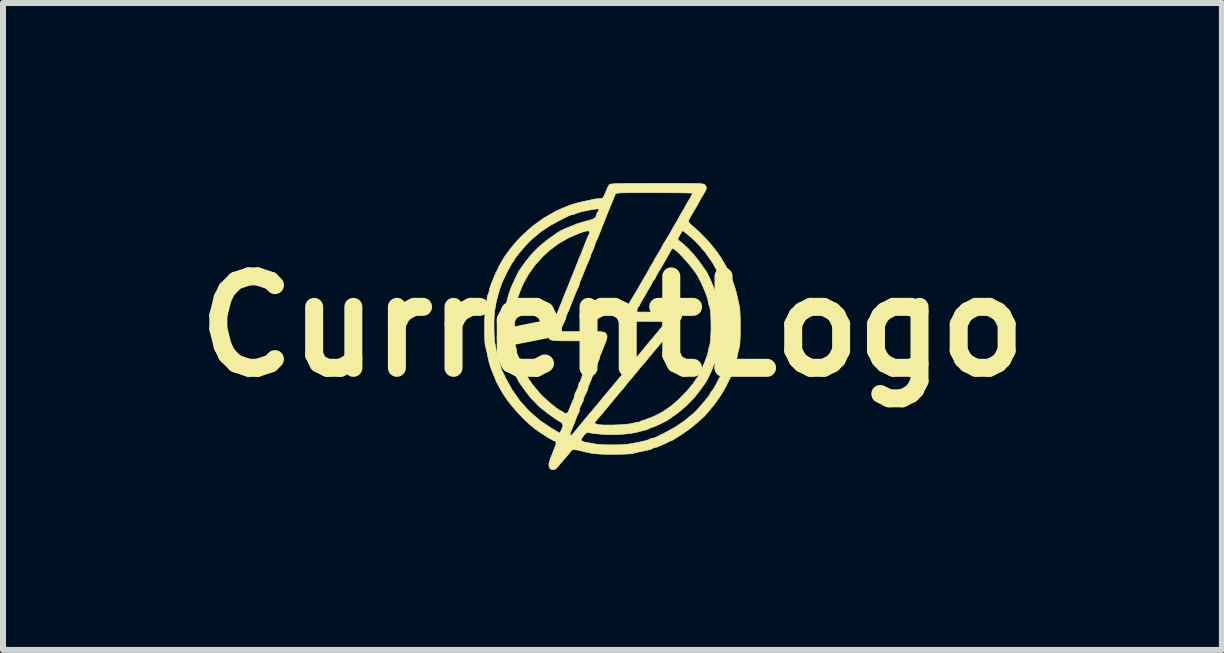
<source format=kicad_pcb>
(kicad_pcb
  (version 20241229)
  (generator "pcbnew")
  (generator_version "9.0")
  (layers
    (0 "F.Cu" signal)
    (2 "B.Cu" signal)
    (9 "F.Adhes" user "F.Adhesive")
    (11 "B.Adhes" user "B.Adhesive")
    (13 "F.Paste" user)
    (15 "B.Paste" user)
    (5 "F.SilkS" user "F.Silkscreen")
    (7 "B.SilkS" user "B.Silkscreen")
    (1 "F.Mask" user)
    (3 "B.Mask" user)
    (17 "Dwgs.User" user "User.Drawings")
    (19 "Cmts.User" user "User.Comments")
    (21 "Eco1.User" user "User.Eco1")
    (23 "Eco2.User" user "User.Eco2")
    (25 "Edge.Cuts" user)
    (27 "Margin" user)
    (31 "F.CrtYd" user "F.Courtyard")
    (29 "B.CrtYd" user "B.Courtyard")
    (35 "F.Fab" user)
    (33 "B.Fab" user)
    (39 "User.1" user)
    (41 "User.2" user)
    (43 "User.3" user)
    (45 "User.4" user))
  (footprint "CurrentLogo"
    (layer "F.Cu")
    (at 7.156 2.39)
    (property "Reference" "CurrentLogo" (at 0 0 0) (layer "F.SilkS") (effects (font (size 1.524 1.524) (thickness 0.3))))
    (attr through_hole)
    (fp_poly (pts (xy 0.911 -2.385) (xy 1.053 -2.385) (xy 1.17 -2.384) (xy 1.267 -2.384) (xy 1.344 -2.383) (xy 1.404 -2.381) (xy 1.45 -2.38) (xy 1.483 -2.377) (xy 1.507 -2.374) (xy 1.522 -2.37) (xy 1.532 -2.366) (xy 1.539 -2.36) (xy 1.542 -2.356) (xy 1.558 -2.335) (xy 1.565 -2.313) (xy 1.561 -2.287) (xy 1.545 -2.251) (xy 1.515 -2.2) (xy 1.485 -2.151) (xy 1.468 -2.121) (xy 1.446 -2.08) (xy 1.439 -2.067) (xy 1.415 -2.022) (xy 1.391 -1.981) (xy 1.386 -1.973) (xy 1.358 -1.929) (xy 1.328 -1.877) (xy 1.3 -1.827) (xy 1.277 -1.785) (xy 1.266 -1.761) (xy 1.268 -1.744) (xy 1.286 -1.719) (xy 1.323 -1.683) (xy 1.368 -1.645) (xy 1.46 -1.561) (xy 1.556 -1.464) (xy 1.648 -1.359) (xy 1.732 -1.254) (xy 1.803 -1.153) (xy 1.848 -1.079) (xy 1.869 -1.04) (xy 1.887 -1.009) (xy 1.891 -1.002) (xy 1.903 -0.978) (xy 1.922 -0.937) (xy 1.946 -0.886) (xy 1.969 -0.833) (xy 1.99 -0.787) (xy 2.003 -0.755) (xy 2.003 -0.755) (xy 2.028 -0.685) (xy 2.048 -0.623) (xy 2.066 -0.558) (xy 2.083 -0.478) (xy 2.089 -0.452) (xy 2.101 -0.397) (xy 2.113 -0.342) (xy 2.116 -0.332) (xy 2.121 -0.296) (xy 2.125 -0.239) (xy 2.128 -0.165) (xy 2.13 -0.081) (xy 2.13 0.009) (xy 2.13 0.098) (xy 2.128 0.181) (xy 2.125 0.252) (xy 2.121 0.307) (xy 2.116 0.339) (xy 2.103 0.385) (xy 2.091 0.439) (xy 2.088 0.452) (xy 2.071 0.535) (xy 2.058 0.595) (xy 2.048 0.635) (xy 2.039 0.659) (xy 2.032 0.669) (xy 2.019 0.695) (xy 2.018 0.707) (xy 2.012 0.737) (xy 1.998 0.771) (xy 1.977 0.816) (xy 1.961 0.854) (xy 1.945 0.891) (xy 1.931 0.917) (xy 1.915 0.949) (xy 1.911 0.96) (xy 1.896 0.991) (xy 1.89 1.002) (xy 1.872 1.033) (xy 1.867 1.044) (xy 1.851 1.073) (xy 1.823 1.117) (xy 1.788 1.171) (xy 1.749 1.228) (xy 1.711 1.28) (xy 1.679 1.322) (xy 1.664 1.341) (xy 1.627 1.384) (xy 1.59 1.429) (xy 1.583 1.438) (xy 1.544 1.482) (xy 1.486 1.537) (xy 1.417 1.598) (xy 1.343 1.661) (xy 1.268 1.719) (xy 1.199 1.768) (xy 1.183 1.779) (xy 1.116 1.823) (xy 1.068 1.853) (xy 1.037 1.873) (xy 1.016 1.886) (xy 1.004 1.893) (xy 0.994 1.897) (xy 0.991 1.898) (xy 0.961 1.91) (xy 0.956 1.912) (xy 0.928 1.925) (xy 0.917 1.931) (xy 0.889 1.946) (xy 0.854 1.961) (xy 0.808 1.981) (xy 0.771 1.998) (xy 0.735 2.012) (xy 0.707 2.018) (xy 0.678 2.025) (xy 0.669 2.032) (xy 0.656 2.04) (xy 0.63 2.049) (xy 0.587 2.06) (xy 0.524 2.074) (xy 0.452 2.088) (xy 0.399 2.1) (xy 0.349 2.113) (xy 0.339 2.116) (xy 0.309 2.121) (xy 0.257 2.125) (xy 0.186 2.128) (xy 0.103 2.13) (xy 0.013 2.131) (xy 0.009 2.131) (xy -0.109 2.13) (xy -0.205 2.127) (xy -0.287 2.121) (xy -0.359 2.111) (xy -0.429 2.097) (xy -0.504 2.078) (xy -0.515 2.075) (xy -0.578 2.06) (xy -0.629 2.053) (xy -0.663 2.054) (xy -0.671 2.057) (xy -0.689 2.074) (xy -0.713 2.104) (xy -0.718 2.11) (xy -0.749 2.148) (xy -0.785 2.19) (xy -0.795 2.201) (xy -0.83 2.242) (xy -0.871 2.29) (xy -0.893 2.318) (xy -0.928 2.357) (xy -0.956 2.378) (xy -0.984 2.385) (xy -0.993 2.385) (xy -1.028 2.379) (xy -1.047 2.358) (xy -1.053 2.346) (xy -1.06 2.308) (xy -1.054 2.261) (xy -1.033 2.2) (xy -1.031 2.194) (xy -1.019 2.164) (xy -1.002 2.121) (xy -0.995 2.103) (xy -0.976 2.053) (xy -0.957 2.006) (xy -0.951 1.993) (xy -0.94 1.95) (xy -0.945 1.918) (xy -0.965 1.905) (xy -0.968 1.905) (xy -0.991 1.897) (xy -1.005 1.89) (xy -0.52 1.89) (xy -0.51 1.91) (xy -0.476 1.924) (xy -0.416 1.936) (xy -0.41 1.937) (xy -0.351 1.947) (xy -0.292 1.957) (xy -0.268 1.961) (xy -0.215 1.967) (xy -0.141 1.971) (xy -0.055 1.973) (xy 0.036 1.973) (xy 0.124 1.971) (xy 0.202 1.967) (xy 0.261 1.961) (xy 0.268 1.96) (xy 0.382 1.94) (xy 0.477 1.921) (xy 0.552 1.903) (xy 0.604 1.887) (xy 0.63 1.873) (xy 0.651 1.864) (xy 0.667 1.863) (xy 0.699 1.856) (xy 0.732 1.843) (xy 0.763 1.826) (xy 0.81 1.803) (xy 0.861 1.778) (xy 1.034 1.685) (xy 1.191 1.579) (xy 1.344 1.453) (xy 1.358 1.441) (xy 1.395 1.404) (xy 1.439 1.356) (xy 1.487 1.302) (xy 1.534 1.247) (xy 1.576 1.194) (xy 1.61 1.15) (xy 1.631 1.117) (xy 1.637 1.103) (xy 1.646 1.085) (xy 1.648 1.084) (xy 1.663 1.069) (xy 1.686 1.034) (xy 1.715 0.985) (xy 1.746 0.927) (xy 1.776 0.868) (xy 1.783 0.854) (xy 1.807 0.803) (xy 1.83 0.758) (xy 1.843 0.732) (xy 1.857 0.695) (xy 1.863 0.667) (xy 1.867 0.639) (xy 1.873 0.63) (xy 1.882 0.611) (xy 1.895 0.575) (xy 1.902 0.553) (xy 1.91 0.523) (xy 1.918 0.494) (xy 1.925 0.459) (xy 1.934 0.413) (xy 1.946 0.351) (xy 1.96 0.275) (xy 1.966 0.223) (xy 1.971 0.151) (xy 1.974 0.067) (xy 1.974 -0.022) (xy 1.973 -0.11) (xy 1.97 -0.188) (xy 1.965 -0.251) (xy 1.961 -0.282) (xy 1.949 -0.337) (xy 1.937 -0.398) (xy 1.934 -0.416) (xy 1.921 -0.477) (xy 1.906 -0.537) (xy 1.891 -0.587) (xy 1.878 -0.62) (xy 1.873 -0.63) (xy 1.864 -0.651) (xy 1.863 -0.667) (xy 1.856 -0.699) (xy 1.843 -0.732) (xy 1.826 -0.763) (xy 1.803 -0.81) (xy 1.778 -0.861) (xy 1.671 -1.058) (xy 1.545 -1.236) (xy 1.419 -1.381) (xy 1.379 -1.421) (xy 1.331 -1.465) (xy 1.282 -1.508) (xy 1.236 -1.547) (xy 1.197 -1.577) (xy 1.172 -1.593) (xy 1.167 -1.595) (xy 1.157 -1.583) (xy 1.141 -1.556) (xy 1.137 -1.549) (xy 1.116 -1.51) (xy 1.098 -1.479) (xy 1.097 -1.477) (xy 1.089 -1.458) (xy 1.098 -1.44) (xy 1.122 -1.421) (xy 1.188 -1.367) (xy 1.262 -1.297) (xy 1.338 -1.216) (xy 1.407 -1.133) (xy 1.448 -1.079) (xy 1.485 -1.027) (xy 1.517 -0.982) (xy 1.54 -0.95) (xy 1.549 -0.938) (xy 1.57 -0.905) (xy 1.598 -0.85) (xy 1.63 -0.782) (xy 1.663 -0.706) (xy 1.694 -0.628) (xy 1.721 -0.555) (xy 1.741 -0.494) (xy 1.76 -0.423) (xy 1.775 -0.364) (xy 1.785 -0.312) (xy 1.792 -0.258) (xy 1.796 -0.198) (xy 1.798 -0.125) (xy 1.798 -0.033) (xy 1.797 0.007) (xy 1.797 0.109) (xy 1.795 0.188) (xy 1.792 0.249) (xy 1.787 0.299) (xy 1.78 0.342) (xy 1.77 0.385) (xy 1.765 0.402) (xy 1.749 0.462) (xy 1.734 0.517) (xy 1.723 0.558) (xy 1.722 0.563) (xy 1.709 0.599) (xy 1.695 0.624) (xy 1.694 0.625) (xy 1.681 0.652) (xy 1.679 0.665) (xy 1.673 0.686) (xy 1.657 0.724) (xy 1.635 0.774) (xy 1.609 0.827) (xy 1.584 0.878) (xy 1.562 0.918) (xy 1.548 0.938) (xy 1.536 0.955) (xy 1.512 0.99) (xy 1.479 1.036) (xy 1.458 1.065) (xy 1.363 1.186) (xy 1.249 1.304) (xy 1.127 1.411) (xy 1.062 1.461) (xy 1.013 1.495) (xy 0.972 1.524) (xy 0.945 1.544) (xy 0.938 1.548) (xy 0.912 1.565) (xy 0.87 1.588) (xy 0.818 1.613) (xy 0.765 1.639) (xy 0.717 1.66) (xy 0.681 1.675) (xy 0.665 1.679) (xy 0.635 1.688) (xy 0.625 1.694) (xy 0.602 1.708) (xy 0.566 1.721) (xy 0.563 1.722) (xy 0.526 1.731) (xy 0.472 1.745) (xy 0.413 1.761) (xy 0.405 1.763) (xy 0.31 1.781) (xy 0.195 1.794) (xy 0.067 1.801) (xy -0.065 1.801) (xy -0.195 1.795) (xy -0.314 1.783) (xy -0.389 1.77) (xy -0.418 1.768) (xy -0.44 1.777) (xy -0.465 1.803) (xy -0.478 1.818) (xy -0.509 1.86) (xy -0.52 1.89) (xy -1.005 1.89) (xy -1.033 1.875) (xy -1.089 1.842) (xy -1.153 1.801) (xy -1.222 1.755) (xy -1.284 1.711) (xy -1.378 1.635) (xy -1.477 1.543) (xy -1.576 1.439) (xy -1.67 1.331) (xy -1.754 1.224) (xy -1.822 1.124) (xy -1.848 1.079) (xy -1.87 1.039) (xy -1.888 1.006) (xy -1.892 0.998) (xy -1.911 0.964) (xy -1.919 0.949) (xy -1.936 0.917) (xy -1.942 0.903) (xy -1.959 0.86) (xy -1.984 0.799) (xy -1.996 0.769) (xy -2.028 0.687) (xy -2.053 0.608) (xy -2.073 0.523) (xy -2.089 0.442) (xy -2.1 0.392) (xy -2.112 0.347) (xy -2.117 0.331) (xy -2.123 0.3) (xy -2.127 0.246) (xy -2.13 0.175) (xy -2.131 0.092) (xy -2.131 0.026) (xy -1.974 0.026) (xy -1.972 0.113) (xy -1.969 0.192) (xy -1.963 0.255) (xy -1.96 0.275) (xy -1.945 0.358) (xy -1.933 0.418) (xy -1.925 0.463) (xy -1.917 0.496) (xy -1.91 0.526) (xy -1.902 0.553) (xy -1.889 0.594) (xy -1.877 0.623) (xy -1.873 0.63) (xy -1.864 0.651) (xy -1.863 0.667) (xy -1.856 0.699) (xy -1.843 0.732) (xy -1.826 0.764) (xy -1.803 0.811) (xy -1.783 0.854) (xy -1.671 1.059) (xy -1.537 1.247) (xy -1.382 1.417) (xy -1.207 1.568) (xy -1.023 1.692) (xy -0.974 1.721) (xy -0.933 1.746) (xy -0.906 1.762) (xy -0.903 1.763) (xy -0.883 1.775) (xy -0.879 1.777) (xy -0.872 1.766) (xy -0.857 1.737) (xy -0.845 1.712) (xy -0.827 1.664) (xy -0.827 1.631) (xy -0.848 1.604) (xy -0.881 1.583) (xy -0.914 1.564) (xy -0.937 1.549) (xy -0.938 1.548) (xy -0.955 1.536) (xy -0.989 1.511) (xy -1.036 1.478) (xy -1.079 1.448) (xy -1.23 1.327) (xy -1.363 1.189) (xy -1.458 1.065) (xy -1.493 1.016) (xy -1.523 0.974) (xy -1.543 0.946) (xy -1.548 0.938) (xy -1.566 0.91) (xy -1.591 0.861) (xy -1.621 0.8) (xy -1.651 0.734) (xy -1.68 0.668) (xy -1.704 0.61) (xy -1.72 0.566) (xy -1.722 0.557) (xy -1.748 0.461) (xy -1.766 0.385) (xy -1.78 0.321) (xy -1.789 0.262) (xy -1.794 0.201) (xy -1.799 0.131) (xy -1.8 0.101) (xy -1.802 -0.044) (xy -1.642 -0.044) (xy -1.642 0.05) (xy -1.64 0.139) (xy -1.635 0.22) (xy -1.627 0.284) (xy -1.618 0.325) (xy -1.604 0.371) (xy -1.596 0.412) (xy -1.595 0.424) (xy -1.591 0.457) (xy -1.583 0.473) (xy -1.573 0.493) (xy -1.559 0.531) (xy -1.545 0.572) (xy -1.526 0.625) (xy -1.503 0.679) (xy -1.473 0.741) (xy -1.432 0.818) (xy -1.427 0.826) (xy -1.388 0.889) (xy -1.334 0.965) (xy -1.271 1.043) (xy -1.207 1.118) (xy -1.166 1.161) (xy -1.12 1.204) (xy -1.067 1.252) (xy -1.011 1.299) (xy -0.956 1.342) (xy -0.908 1.378) (xy -0.87 1.402) (xy -0.849 1.411) (xy -0.849 1.411) (xy -0.83 1.421) (xy -0.818 1.432) (xy -0.788 1.452) (xy -0.758 1.446) (xy -0.738 1.422) (xy -0.724 1.389) (xy -0.706 1.344) (xy -0.699 1.326) (xy -0.679 1.279) (xy -0.66 1.237) (xy -0.655 1.225) (xy -0.64 1.191) (xy -0.635 1.165) (xy -0.634 1.15) (xy -0.629 1.133) (xy -0.617 1.105) (xy -0.596 1.062) (xy -0.588 1.047) (xy -0.572 1.008) (xy -0.565 0.976) (xy -0.564 0.973) (xy -0.558 0.947) (xy -0.551 0.939) (xy -0.541 0.923) (xy -0.526 0.886) (xy -0.51 0.838) (xy -0.508 0.833) (xy -0.491 0.783) (xy -0.476 0.746) (xy -0.465 0.727) (xy -0.465 0.726) (xy -0.453 0.707) (xy -0.452 0.692) (xy -0.445 0.66) (xy -0.432 0.626) (xy -0.421 0.603) (xy -0.41 0.579) (xy -0.397 0.548) (xy -0.38 0.503) (xy -0.36 0.452) (xy -0.341 0.402) (xy -0.321 0.354) (xy -0.316 0.342) (xy -0.302 0.302) (xy -0.296 0.269) (xy -0.296 0.268) (xy -0.297 0.259) (xy -0.303 0.253) (xy -0.315 0.248) (xy -0.339 0.244) (xy -0.376 0.242) (xy -0.43 0.241) (xy -0.505 0.24) (xy -0.603 0.24) (xy -0.653 0.24) (xy -0.77 0.24) (xy -0.862 0.239) (xy -0.931 0.236) (xy -0.982 0.232) (xy -1.017 0.226) (xy -1.039 0.218) (xy -1.052 0.206) (xy -1.058 0.191) (xy -1.06 0.183) (xy -1.059 0.153) (xy -1.051 0.11) (xy -1.039 0.066) (xy -1.033 0.049) (xy -0.847 0.049) (xy -0.847 0.085) (xy -0.494 0.085) (xy -0.385 0.085) (xy -0.3 0.085) (xy -0.237 0.086) (xy -0.192 0.088) (xy -0.16 0.092) (xy -0.139 0.096) (xy -0.125 0.103) (xy -0.115 0.111) (xy -0.112 0.114) (xy -0.093 0.144) (xy -0.091 0.186) (xy -0.107 0.242) (xy -0.12 0.275) (xy -0.136 0.315) (xy -0.155 0.365) (xy -0.162 0.381) (xy -0.179 0.424) (xy -0.194 0.459) (xy -0.199 0.469) (xy -0.21 0.497) (xy -0.212 0.509) (xy -0.217 0.532) (xy -0.23 0.566) (xy -0.231 0.569) (xy -0.252 0.62) (xy -0.279 0.687) (xy -0.307 0.761) (xy -0.31 0.769) (xy -0.339 0.844) (xy -0.366 0.912) (xy -0.388 0.964) (xy -0.39 0.969) (xy -0.403 1.003) (xy -0.409 1.028) (xy -0.409 1.029) (xy -0.411 1.041) (xy -0.416 1.058) (xy -0.429 1.087) (xy -0.452 1.133) (xy -0.456 1.141) (xy -0.472 1.177) (xy -0.48 1.204) (xy -0.48 1.206) (xy -0.486 1.231) (xy -0.5 1.267) (xy -0.503 1.272) (xy -0.528 1.321) (xy -0.542 1.352) (xy -0.548 1.372) (xy -0.55 1.389) (xy -0.55 1.394) (xy -0.558 1.426) (xy -0.568 1.447) (xy -0.585 1.478) (xy -0.602 1.521) (xy -0.605 1.531) (xy -0.62 1.573) (xy -0.637 1.618) (xy -0.661 1.675) (xy -0.686 1.733) (xy -0.703 1.783) (xy -0.705 1.812) (xy -0.693 1.818) (xy -0.668 1.799) (xy -0.641 1.767) (xy -0.614 1.734) (xy -0.573 1.683) (xy -0.521 1.62) (xy -0.504 1.6) (xy -0.297 1.6) (xy -0.288 1.619) (xy -0.253 1.632) (xy -0.191 1.64) (xy -0.181 1.641) (xy -0.101 1.643) (xy -0.013 1.643) (xy 0.077 1.64) (xy 0.163 1.636) (xy 0.239 1.629) (xy 0.298 1.622) (xy 0.332 1.614) (xy 0.377 1.602) (xy 0.419 1.595) (xy 0.426 1.595) (xy 0.457 1.59) (xy 0.473 1.58) (xy 0.493 1.568) (xy 0.505 1.566) (xy 0.534 1.56) (xy 0.57 1.545) (xy 0.602 1.53) (xy 0.625 1.524) (xy 0.625 1.524) (xy 0.644 1.518) (xy 0.68 1.502) (xy 0.727 1.48) (xy 0.775 1.456) (xy 0.818 1.433) (xy 0.839 1.421) (xy 0.971 1.33) (xy 1.102 1.218) (xy 1.226 1.093) (xy 1.337 0.961) (xy 1.421 0.839) (xy 1.45 0.787) (xy 1.481 0.723) (xy 1.513 0.651) (xy 1.543 0.579) (xy 1.568 0.512) (xy 1.586 0.457) (xy 1.595 0.42) (xy 1.595 0.416) (xy 1.6 0.386) (xy 1.611 0.343) (xy 1.618 0.325) (xy 1.627 0.282) (xy 1.634 0.218) (xy 1.639 0.139) (xy 1.642 0.051) (xy 1.642 -0.041) (xy 1.64 -0.13) (xy 1.636 -0.21) (xy 1.63 -0.276) (xy 1.621 -0.321) (xy 1.618 -0.33) (xy 1.603 -0.372) (xy 1.595 -0.408) (xy 1.595 -0.414) (xy 1.588 -0.449) (xy 1.572 -0.503) (xy 1.547 -0.57) (xy 1.516 -0.644) (xy 1.482 -0.72) (xy 1.447 -0.79) (xy 1.42 -0.84) (xy 1.386 -0.893) (xy 1.341 -0.955) (xy 1.288 -1.021) (xy 1.231 -1.088) (xy 1.174 -1.151) (xy 1.12 -1.208) (xy 1.072 -1.254) (xy 1.033 -1.285) (xy 1.008 -1.298) (xy 1.006 -1.298) (xy 0.986 -1.287) (xy 0.973 -1.266) (xy 0.958 -1.237) (xy 0.934 -1.194) (xy 0.917 -1.164) (xy 0.891 -1.12) (xy 0.869 -1.082) (xy 0.86 -1.065) (xy 0.841 -1.029) (xy 0.829 -1.009) (xy 0.776 -0.924) (xy 0.739 -0.86) (xy 0.717 -0.817) (xy 0.713 -0.807) (xy 0.701 -0.783) (xy 0.692 -0.776) (xy 0.679 -0.765) (xy 0.673 -0.751) (xy 0.661 -0.726) (xy 0.64 -0.687) (xy 0.622 -0.656) (xy 0.597 -0.614) (xy 0.577 -0.579) (xy 0.569 -0.564) (xy 0.557 -0.542) (xy 0.535 -0.504) (xy 0.507 -0.458) (xy 0.505 -0.455) (xy 0.479 -0.41) (xy 0.46 -0.375) (xy 0.452 -0.355) (xy 0.452 -0.354) (xy 0.442 -0.336) (xy 0.43 -0.325) (xy 0.414 -0.297) (xy 0.409 -0.273) (xy 0.409 -0.24) (xy 0.754 -0.24) (xy 0.862 -0.24) (xy 0.945 -0.239) (xy 1.007 -0.238) (xy 1.051 -0.236) (xy 1.081 -0.233) (xy 1.101 -0.228) (xy 1.115 -0.221) (xy 1.125 -0.213) (xy 1.128 -0.209) (xy 1.149 -0.183) (xy 1.157 -0.166) (xy 1.15 -0.147) (xy 1.133 -0.117) (xy 1.114 -0.087) (xy 1.1 -0.071) (xy 1.089 -0.058) (xy 1.062 -0.027) (xy 1.024 0.018) (xy 0.977 0.074) (xy 0.933 0.127) (xy 0.876 0.195) (xy 0.821 0.262) (xy 0.771 0.321) (xy 0.732 0.367) (xy 0.714 0.388) (xy 0.673 0.437) (xy 0.625 0.495) (xy 0.585 0.543) (xy 0.552 0.585) (xy 0.525 0.617) (xy 0.51 0.634) (xy 0.509 0.635) (xy 0.496 0.648) (xy 0.471 0.679) (xy 0.436 0.72) (xy 0.414 0.748) (xy 0.373 0.797) (xy 0.337 0.841) (xy 0.309 0.873) (xy 0.301 0.882) (xy 0.278 0.909) (xy 0.246 0.948) (xy 0.226 0.974) (xy 0.198 1.01) (xy 0.177 1.036) (xy 0.169 1.044) (xy 0.158 1.057) (xy 0.132 1.088) (xy 0.093 1.134) (xy 0.044 1.193) (xy -0.013 1.262) (xy -0.049 1.305) (xy -0.109 1.378) (xy -0.165 1.445) (xy -0.212 1.501) (xy -0.249 1.544) (xy -0.273 1.57) (xy -0.279 1.576) (xy -0.297 1.6) (xy -0.504 1.6) (xy -0.46 1.547) (xy -0.395 1.469) (xy -0.329 1.391) (xy -0.304 1.362) (xy -0.263 1.313) (xy -0.215 1.255) (xy -0.176 1.206) (xy -0.138 1.16) (xy -0.103 1.118) (xy -0.078 1.088) (xy -0.076 1.087) (xy -0.056 1.063) (xy -0.022 1.022) (xy 0.021 0.971) (xy 0.069 0.913) (xy 0.077 0.903) (xy 0.13 0.839) (xy 0.171 0.79) (xy 0.203 0.752) (xy 0.232 0.717) (xy 0.263 0.68) (xy 0.301 0.635) (xy 0.351 0.575) (xy 0.353 0.573) (xy 0.4 0.517) (xy 0.444 0.464) (xy 0.481 0.42) (xy 0.5 0.396) (xy 0.523 0.369) (xy 0.559 0.325) (xy 0.607 0.268) (xy 0.661 0.204) (xy 0.715 0.139) (xy 0.768 0.075) (xy 0.814 0.017) (xy 0.849 -0.029) (xy 0.872 -0.061) (xy 0.879 -0.076) (xy 0.879 -0.076) (xy 0.863 -0.078) (xy 0.823 -0.081) (xy 0.763 -0.082) (xy 0.686 -0.084) (xy 0.598 -0.085) (xy 0.548 -0.085) (xy 0.444 -0.085) (xy 0.365 -0.085) (xy 0.306 -0.087) (xy 0.265 -0.089) (xy 0.237 -0.093) (xy 0.218 -0.098) (xy 0.205 -0.106) (xy 0.198 -0.113) (xy 0.177 -0.139) (xy 0.17 -0.159) (xy 0.176 -0.182) (xy 0.192 -0.219) (xy 0.212 -0.263) (xy 0.233 -0.302) (xy 0.239 -0.31) (xy 0.255 -0.342) (xy 0.26 -0.353) (xy 0.274 -0.379) (xy 0.293 -0.412) (xy 0.316 -0.45) (xy 0.349 -0.504) (xy 0.387 -0.568) (xy 0.426 -0.634) (xy 0.461 -0.695) (xy 0.489 -0.744) (xy 0.491 -0.748) (xy 0.513 -0.787) (xy 0.531 -0.817) (xy 0.536 -0.826) (xy 0.548 -0.844) (xy 0.569 -0.88) (xy 0.593 -0.924) (xy 0.621 -0.975) (xy 0.648 -1.022) (xy 0.665 -1.051) (xy 0.686 -1.086) (xy 0.7 -1.114) (xy 0.701 -1.115) (xy 0.713 -1.137) (xy 0.735 -1.175) (xy 0.758 -1.212) (xy 0.786 -1.257) (xy 0.809 -1.297) (xy 0.82 -1.318) (xy 0.839 -1.356) (xy 0.851 -1.376) (xy 0.868 -1.404) (xy 0.895 -1.449) (xy 0.927 -1.501) (xy 0.958 -1.554) (xy 0.97 -1.573) (xy 0.99 -1.61) (xy 1.001 -1.63) (xy 1.016 -1.657) (xy 1.04 -1.698) (xy 1.058 -1.729) (xy 1.084 -1.773) (xy 1.105 -1.81) (xy 1.114 -1.827) (xy 1.129 -1.855) (xy 1.153 -1.896) (xy 1.171 -1.926) (xy 1.196 -1.968) (xy 1.215 -2.003) (xy 1.223 -2.018) (xy 1.235 -2.04) (xy 1.257 -2.078) (xy 1.285 -2.124) (xy 1.286 -2.126) (xy 1.31 -2.169) (xy 1.326 -2.203) (xy 1.331 -2.221) (xy 1.33 -2.221) (xy 1.315 -2.223) (xy 1.274 -2.224) (xy 1.211 -2.226) (xy 1.128 -2.227) (xy 1.028 -2.228) (xy 0.915 -2.229) (xy 0.79 -2.229) (xy 0.689 -2.23) (xy 0.538 -2.229) (xy 0.413 -2.229) (xy 0.312 -2.229) (xy 0.231 -2.228) (xy 0.169 -2.227) (xy 0.123 -2.225) (xy 0.091 -2.222) (xy 0.069 -2.219) (xy 0.057 -2.215) (xy 0.05 -2.21) (xy 0.048 -2.205) (xy 0.036 -2.174) (xy 0.021 -2.138) (xy 0.002 -2.092) (xy -0.014 -2.053) (xy -0.033 -2.007) (xy -0.049 -1.968) (xy -0.066 -1.928) (xy -0.085 -1.879) (xy -0.092 -1.863) (xy -0.116 -1.799) (xy -0.134 -1.755) (xy -0.147 -1.721) (xy -0.16 -1.691) (xy -0.162 -1.686) (xy -0.18 -1.642) (xy -0.198 -1.595) (xy -0.198 -1.595) (xy -0.231 -1.509) (xy -0.263 -1.436) (xy -0.276 -1.409) (xy -0.291 -1.375) (xy -0.296 -1.352) (xy -0.302 -1.329) (xy -0.317 -1.29) (xy -0.332 -1.259) (xy -0.351 -1.216) (xy -0.364 -1.184) (xy -0.367 -1.172) (xy -0.372 -1.152) (xy -0.386 -1.116) (xy -0.4 -1.083) (xy -0.425 -1.028) (xy -0.449 -0.97) (xy -0.459 -0.945) (xy -0.487 -0.873) (xy -0.508 -0.822) (xy -0.523 -0.787) (xy -0.534 -0.764) (xy -0.537 -0.759) (xy -0.548 -0.728) (xy -0.55 -0.714) (xy -0.556 -0.687) (xy -0.57 -0.654) (xy -0.59 -0.612) (xy -0.605 -0.579) (xy -0.628 -0.52) (xy -0.647 -0.475) (xy -0.662 -0.436) (xy -0.679 -0.394) (xy -0.7 -0.342) (xy -0.723 -0.282) (xy -0.74 -0.243) (xy -0.756 -0.207) (xy -0.77 -0.173) (xy -0.776 -0.148) (xy -0.782 -0.124) (xy -0.797 -0.088) (xy -0.8 -0.082) (xy -0.824 -0.033) (xy -0.838 -0.001) (xy -0.845 0.02) (xy -0.847 0.04) (xy -0.847 0.049) (xy -1.033 0.049) (xy -1.03 0.043) (xy -1.005 -0.014) (xy -0.975 -0.084) (xy -0.953 -0.141) (xy -0.928 -0.205) (xy -0.91 -0.25) (xy -0.896 -0.285) (xy -0.882 -0.318) (xy -0.868 -0.352) (xy -0.848 -0.402) (xy -0.827 -0.457) (xy -0.826 -0.459) (xy -0.805 -0.514) (xy -0.785 -0.564) (xy -0.77 -0.599) (xy -0.77 -0.6) (xy -0.755 -0.634) (xy -0.735 -0.684) (xy -0.713 -0.739) (xy -0.713 -0.741) (xy -0.691 -0.796) (xy -0.671 -0.846) (xy -0.656 -0.881) (xy -0.656 -0.882) (xy -0.642 -0.916) (xy -0.622 -0.967) (xy -0.6 -1.022) (xy -0.6 -1.023) (xy -0.578 -1.078) (xy -0.558 -1.129) (xy -0.544 -1.164) (xy -0.543 -1.164) (xy -0.532 -1.191) (xy -0.52 -1.219) (xy -0.506 -1.255) (xy -0.486 -1.307) (xy -0.472 -1.341) (xy -0.443 -1.416) (xy -0.421 -1.469) (xy -0.406 -1.505) (xy -0.394 -1.527) (xy -0.38 -1.564) (xy -0.386 -1.586) (xy -0.414 -1.593) (xy -0.464 -1.584) (xy -0.537 -1.56) (xy -0.543 -1.558) (xy -0.733 -1.476) (xy -0.903 -1.378) (xy -1.058 -1.261) (xy -1.163 -1.163) (xy -1.291 -1.021) (xy -1.4 -0.868) (xy -1.489 -0.709) (xy -1.545 -0.572) (xy -1.561 -0.526) (xy -1.576 -0.489) (xy -1.582 -0.476) (xy -1.592 -0.442) (xy -1.595 -0.42) (xy -1.6 -0.387) (xy -1.611 -0.343) (xy -1.618 -0.325) (xy -1.627 -0.281) (xy -1.635 -0.215) (xy -1.64 -0.134) (xy -1.642 -0.044) (xy -1.802 -0.044) (xy -1.802 -0.077) (xy -1.792 -0.237) (xy -1.768 -0.386) (xy -1.73 -0.532) (xy -1.697 -0.628) (xy -1.682 -0.664) (xy -1.66 -0.714) (xy -1.633 -0.772) (xy -1.605 -0.83) (xy -1.58 -0.881) (xy -1.559 -0.92) (xy -1.548 -0.938) (xy -1.536 -0.956) (xy -1.512 -0.99) (xy -1.479 -1.036) (xy -1.459 -1.065) (xy -1.356 -1.195) (xy -1.234 -1.32) (xy -1.102 -1.431) (xy -1.065 -1.458) (xy -1.015 -1.493) (xy -0.973 -1.523) (xy -0.945 -1.543) (xy -0.938 -1.548) (xy -0.893 -1.578) (xy -0.854 -1.6) (xy -0.847 -1.603) (xy -0.822 -1.614) (xy -0.783 -1.631) (xy -0.755 -1.644) (xy -0.6 -1.707) (xy -0.451 -1.753) (xy -0.402 -1.764) (xy -0.332 -1.785) (xy -0.288 -1.812) (xy -0.269 -1.844) (xy -0.268 -1.854) (xy -0.26 -1.888) (xy -0.247 -1.905) (xy -0.229 -1.93) (xy -0.226 -1.944) (xy -0.231 -1.957) (xy -0.253 -1.96) (xy -0.286 -1.956) (xy -0.372 -1.942) (xy -0.453 -1.926) (xy -0.525 -1.91) (xy -0.582 -1.893) (xy -0.619 -1.879) (xy -0.63 -1.873) (xy -0.651 -1.864) (xy -0.667 -1.863) (xy -0.699 -1.856) (xy -0.732 -1.843) (xy -0.763 -1.826) (xy -0.81 -1.803) (xy -0.861 -1.778) (xy -1.036 -1.684) (xy -1.195 -1.577) (xy -1.348 -1.449) (xy -1.365 -1.434) (xy -1.403 -1.396) (xy -1.449 -1.346) (xy -1.497 -1.291) (xy -1.544 -1.235) (xy -1.586 -1.183) (xy -1.617 -1.141) (xy -1.634 -1.113) (xy -1.635 -1.11) (xy -1.648 -1.089) (xy -1.651 -1.087) (xy -1.666 -1.068) (xy -1.69 -1.029) (xy -1.72 -0.975) (xy -1.754 -0.91) (xy -1.788 -0.841) (xy -1.821 -0.772) (xy -1.841 -0.727) (xy -1.858 -0.683) (xy -1.878 -0.621) (xy -1.9 -0.55) (xy -1.919 -0.48) (xy -1.934 -0.42) (xy -1.941 -0.388) (xy -1.949 -0.336) (xy -1.96 -0.279) (xy -1.962 -0.268) (xy -1.968 -0.218) (xy -1.972 -0.148) (xy -1.974 -0.064) (xy -1.974 0.026) (xy -2.131 0.026) (xy -2.131 0.002) (xy -2.13 -0.089) (xy -2.127 -0.176) (xy -2.123 -0.253) (xy -2.118 -0.315) (xy -2.111 -0.356) (xy -2.11 -0.361) (xy -2.097 -0.412) (xy -2.09 -0.459) (xy -2.089 -0.475) (xy -2.085 -0.509) (xy -2.076 -0.528) (xy -2.076 -0.528) (xy -2.065 -0.546) (xy -2.057 -0.58) (xy -2.056 -0.582) (xy -2.049 -0.62) (xy -2.035 -0.667) (xy -2.013 -0.727) (xy -1.993 -0.776) (xy -1.968 -0.838) (xy -1.951 -0.879) (xy -1.938 -0.906) (xy -1.931 -0.917) (xy -1.915 -0.949) (xy -1.911 -0.96) (xy -1.896 -0.991) (xy -1.891 -1.002) (xy -1.876 -1.027) (xy -1.856 -1.065) (xy -1.848 -1.079) (xy -1.801 -1.157) (xy -1.738 -1.245) (xy -1.665 -1.339) (xy -1.587 -1.43) (xy -1.517 -1.504) (xy -1.343 -1.662) (xy -1.157 -1.798) (xy -0.962 -1.911) (xy -0.847 -1.965) (xy -0.762 -2) (xy -0.693 -2.026) (xy -0.632 -2.046) (xy -0.569 -2.063) (xy -0.496 -2.08) (xy -0.452 -2.089) (xy -0.397 -2.101) (xy -0.342 -2.113) (xy -0.332 -2.116) (xy -0.278 -2.126) (xy -0.222 -2.13) (xy -0.217 -2.13) (xy -0.181 -2.133) (xy -0.159 -2.144) (xy -0.143 -2.171) (xy -0.134 -2.191) (xy -0.105 -2.259) (xy -0.084 -2.307) (xy -0.069 -2.338) (xy -0.057 -2.357) (xy -0.048 -2.367) (xy -0.039 -2.371) (xy -0.017 -2.374) (xy 0.018 -2.377) (xy 0.069 -2.38) (xy 0.138 -2.381) (xy 0.226 -2.383) (xy 0.335 -2.384) (xy 0.467 -2.384) (xy 0.625 -2.385) (xy 0.744 -2.385) (xy 0.911 -2.385)) (stroke (width 0.01) (type solid)) (fill yes) (layer "F.SilkS")))
  (gr_rect
    (start -3 -3)
    (end 17.311 7.78)
    (stroke (width 0.1) (type default))
    (fill no)
    (layer "Edge.Cuts")))
</source>
